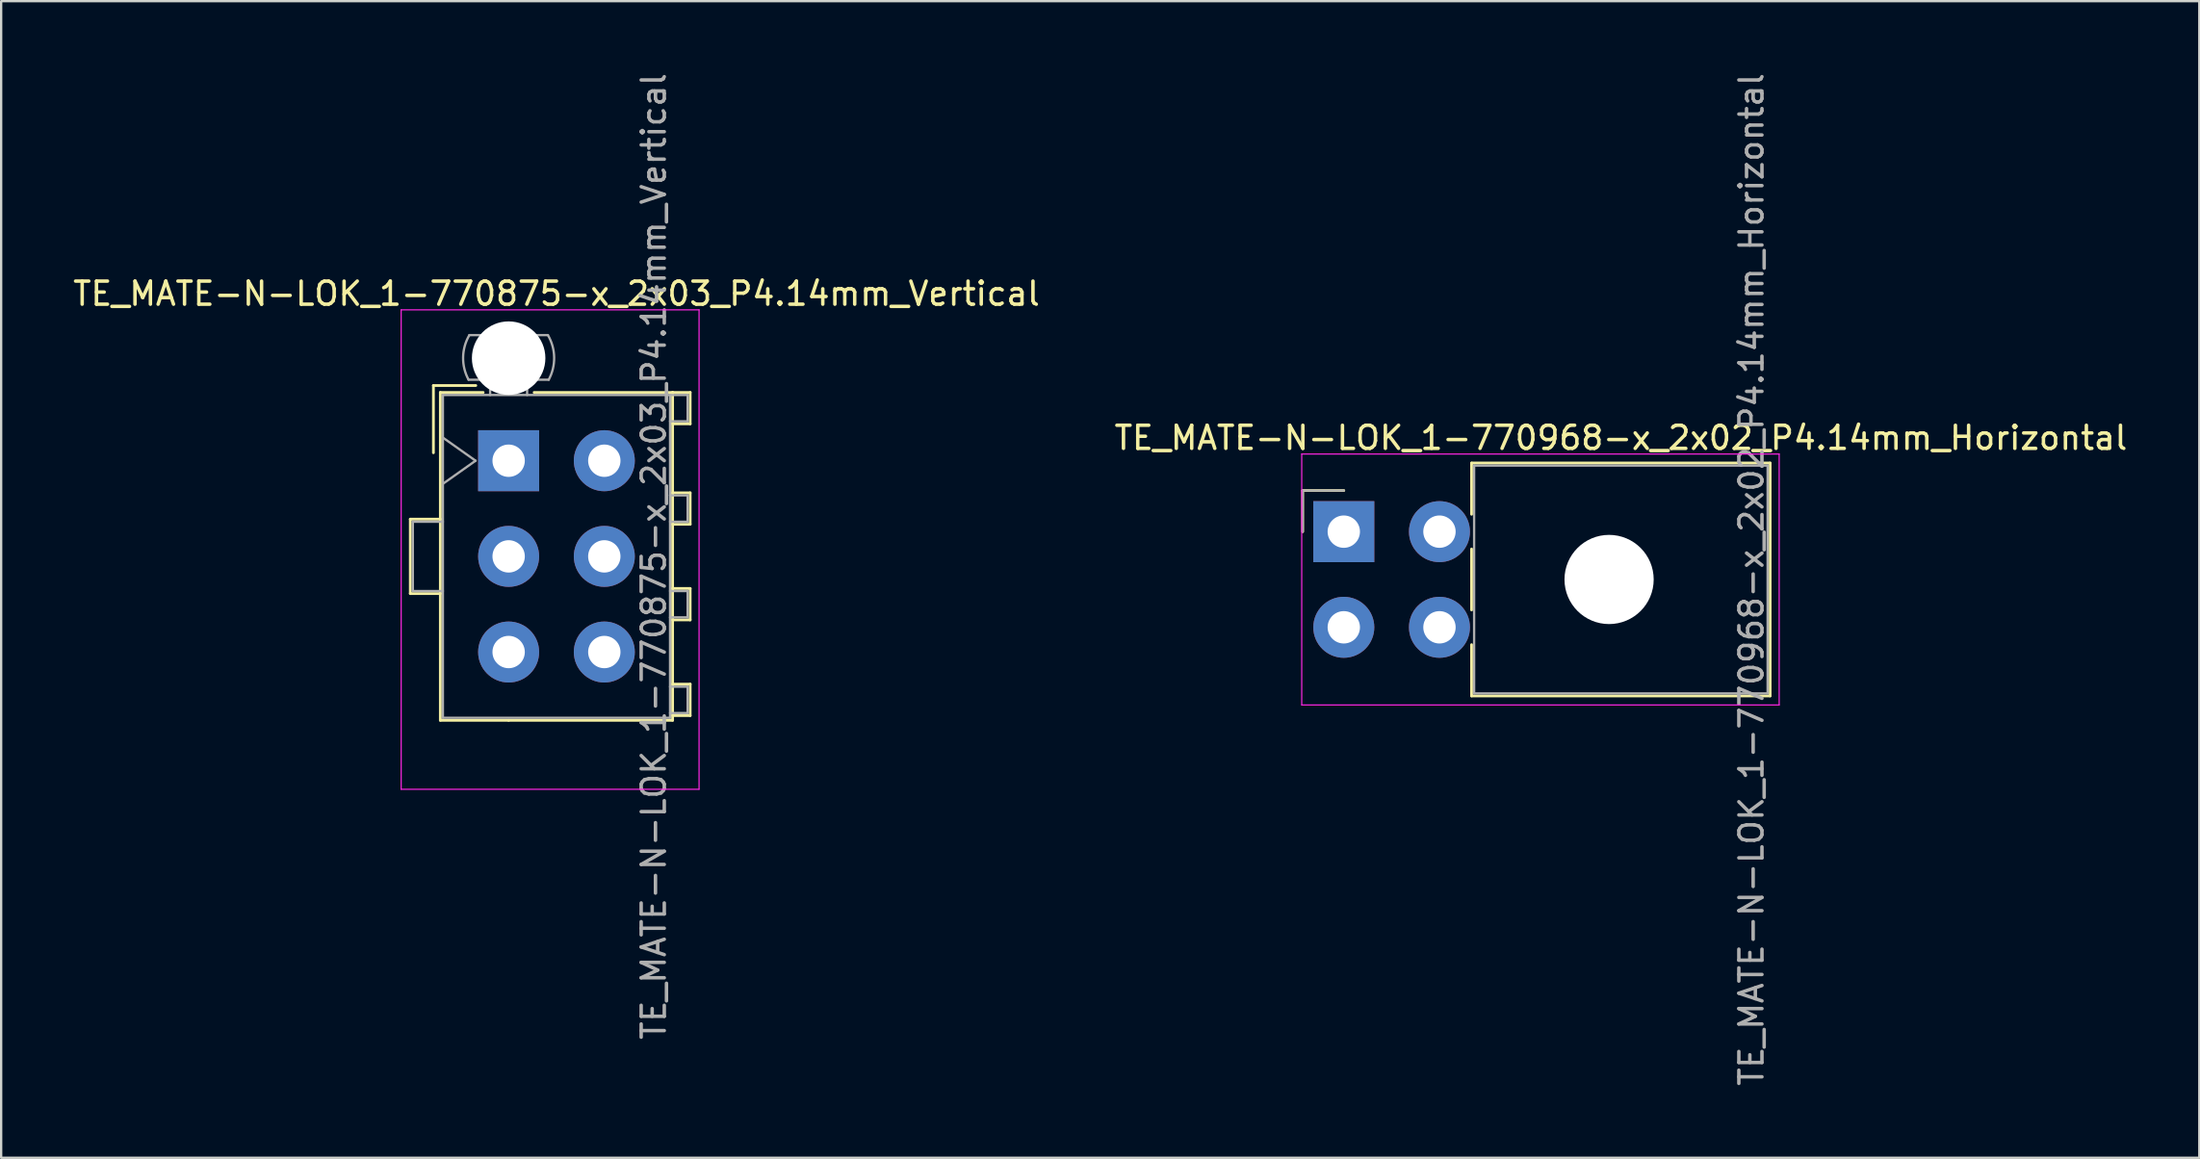
<source format=kicad_pcb>
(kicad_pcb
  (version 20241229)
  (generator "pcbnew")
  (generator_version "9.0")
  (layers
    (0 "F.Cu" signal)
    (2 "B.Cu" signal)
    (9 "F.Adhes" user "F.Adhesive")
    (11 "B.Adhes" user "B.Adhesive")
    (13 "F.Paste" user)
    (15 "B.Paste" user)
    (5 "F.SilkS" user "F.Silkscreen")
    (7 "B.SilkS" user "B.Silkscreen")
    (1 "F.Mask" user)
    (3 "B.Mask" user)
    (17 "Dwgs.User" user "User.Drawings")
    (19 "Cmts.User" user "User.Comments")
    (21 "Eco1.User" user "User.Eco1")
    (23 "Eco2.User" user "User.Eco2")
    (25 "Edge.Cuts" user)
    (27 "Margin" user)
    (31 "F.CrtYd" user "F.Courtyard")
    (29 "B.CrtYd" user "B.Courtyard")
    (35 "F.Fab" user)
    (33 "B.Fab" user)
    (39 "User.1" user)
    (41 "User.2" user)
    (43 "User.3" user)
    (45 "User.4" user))
  (footprint "TE_MATE-N-LOK_1-770875-x_2x03_P4.14mm_Vertical"
    (layer "F.Cu")
    (at 18.96 16.89)
    (property "Reference" "TE_MATE-N-LOK_1-770875-x_2x03_P4.14mm_Vertical" (at 2.07 -7.23 0) (layer "F.SilkS") (effects (font (size 1 1) (thickness 0.15))))
    (attr through_hole)
    (fp_line (start -4.255 2.53) (end -4.255 5.75) (stroke (width 0.12) (type solid)) (layer "F.SilkS"))
    (fp_line (start -4.255 5.75) (end -2.955 5.75) (stroke (width 0.12) (type solid)) (layer "F.SilkS"))
    (fp_line (start -3.255 -3.255) (end -3.255 -0.345) (stroke (width 0.12) (type solid)) (layer "F.SilkS"))
    (fp_line (start -2.955 -2.955) (end -2.955 11.235) (stroke (width 0.12) (type solid)) (layer "F.SilkS"))
    (fp_line (start -2.955 2.53) (end -4.255 2.53) (stroke (width 0.12) (type solid)) (layer "F.SilkS"))
    (fp_line (start -2.955 11.235) (end 0 11.235) (stroke (width 0.12) (type solid)) (layer "F.SilkS"))
    (fp_line (start -1.421 -3.255) (end -3.255 -3.255) (stroke (width 0.12) (type solid)) (layer "F.SilkS"))
    (fp_line (start -1.103 -2.955) (end -2.955 -2.955) (stroke (width 0.12) (type solid)) (layer "F.SilkS"))
    (fp_line (start 1.103 -2.955) (end 7.095 -2.955) (stroke (width 0.12) (type solid)) (layer "F.SilkS"))
    (fp_line (start 7.095 -2.955) (end 7.095 11.235) (stroke (width 0.12) (type solid)) (layer "F.SilkS"))
    (fp_line (start 7.095 -2.955) (end 7.855 -2.955) (stroke (width 0.12) (type solid)) (layer "F.SilkS"))
    (fp_line (start 7.095 1.39) (end 7.855 1.39) (stroke (width 0.12) (type solid)) (layer "F.SilkS"))
    (fp_line (start 7.095 5.53) (end 7.855 5.53) (stroke (width 0.12) (type solid)) (layer "F.SilkS"))
    (fp_line (start 7.095 9.67) (end 7.855 9.67) (stroke (width 0.12) (type solid)) (layer "F.SilkS"))
    (fp_line (start 7.095 11.235) (end 0 11.235) (stroke (width 0.12) (type solid)) (layer "F.SilkS"))
    (fp_line (start 7.855 -2.955) (end 7.855 -1.595) (stroke (width 0.12) (type solid)) (layer "F.SilkS"))
    (fp_line (start 7.855 -1.595) (end 7.095 -1.595) (stroke (width 0.12) (type solid)) (layer "F.SilkS"))
    (fp_line (start 7.855 1.39) (end 7.855 2.75) (stroke (width 0.12) (type solid)) (layer "F.SilkS"))
    (fp_line (start 7.855 2.75) (end 7.095 2.75) (stroke (width 0.12) (type solid)) (layer "F.SilkS"))
    (fp_line (start 7.855 5.53) (end 7.855 6.89) (stroke (width 0.12) (type solid)) (layer "F.SilkS"))
    (fp_line (start 7.855 6.89) (end 7.095 6.89) (stroke (width 0.12) (type solid)) (layer "F.SilkS"))
    (fp_line (start 7.855 9.67) (end 7.855 11.03) (stroke (width 0.12) (type solid)) (layer "F.SilkS"))
    (fp_line (start 7.855 11.03) (end 7.095 11.03) (stroke (width 0.12) (type solid)) (layer "F.SilkS"))
    (fp_line (start -4.65 -6.53) (end -4.65 14.22) (stroke (width 0.05) (type solid)) (layer "F.CrtYd"))
    (fp_line (start -4.65 14.22) (end 8.24 14.22) (stroke (width 0.05) (type solid)) (layer "F.CrtYd"))
    (fp_line (start 8.24 -6.53) (end -4.65 -6.53) (stroke (width 0.05) (type solid)) (layer "F.CrtYd"))
    (fp_line (start 8.24 14.22) (end 8.24 -6.53) (stroke (width 0.05) (type solid)) (layer "F.CrtYd"))
    (fp_line (start -4.145 2.64) (end -4.145 5.64) (stroke (width 0.1) (type solid)) (layer "F.Fab"))
    (fp_line (start -4.145 5.64) (end -2.845 5.64) (stroke (width 0.1) (type solid)) (layer "F.Fab"))
    (fp_line (start -2.845 -2.845) (end -2.845 11.125) (stroke (width 0.1) (type solid)) (layer "F.Fab"))
    (fp_line (start -2.845 -1) (end -1.431 0) (stroke (width 0.1) (type solid)) (layer "F.Fab"))
    (fp_line (start -2.845 2.64) (end -4.145 2.64) (stroke (width 0.1) (type solid)) (layer "F.Fab"))
    (fp_line (start -2.845 11.125) (end 6.985 11.125) (stroke (width 0.1) (type solid)) (layer "F.Fab"))
    (fp_line (start -1.431 0) (end -2.845 1) (stroke (width 0.1) (type solid)) (layer "F.Fab"))
    (fp_line (start -0.8 -2.845) (end -0.8 -3.505) (stroke (width 0.1) (type solid)) (layer "F.Fab"))
    (fp_line (start 0.8 -2.845) (end 0.8 -3.505) (stroke (width 0.1) (type solid)) (layer "F.Fab"))
    (fp_line (start 1.7 -5.436) (end -1.7 -5.436) (stroke (width 0.1) (type solid)) (layer "F.Fab"))
    (fp_line (start 1.734 -3.505) (end -1.734 -3.505) (stroke (width 0.1) (type solid)) (layer "F.Fab"))
    (fp_line (start 6.985 -2.845) (end -2.845 -2.845) (stroke (width 0.1) (type solid)) (layer "F.Fab"))
    (fp_line (start 6.985 -2.845) (end 7.745 -2.845) (stroke (width 0.1) (type solid)) (layer "F.Fab"))
    (fp_line (start 6.985 1.5) (end 7.745 1.5) (stroke (width 0.1) (type solid)) (layer "F.Fab"))
    (fp_line (start 6.985 5.64) (end 7.745 5.64) (stroke (width 0.1) (type solid)) (layer "F.Fab"))
    (fp_line (start 6.985 9.78) (end 7.745 9.78) (stroke (width 0.1) (type solid)) (layer "F.Fab"))
    (fp_line (start 6.985 11.125) (end 6.985 -2.845) (stroke (width 0.1) (type solid)) (layer "F.Fab"))
    (fp_line (start 7.745 -2.845) (end 7.745 -1.705) (stroke (width 0.1) (type solid)) (layer "F.Fab"))
    (fp_line (start 7.745 -1.705) (end 6.985 -1.705) (stroke (width 0.1) (type solid)) (layer "F.Fab"))
    (fp_line (start 7.745 1.5) (end 7.745 2.64) (stroke (width 0.1) (type solid)) (layer "F.Fab"))
    (fp_line (start 7.745 2.64) (end 6.985 2.64) (stroke (width 0.1) (type solid)) (layer "F.Fab"))
    (fp_line (start 7.745 5.64) (end 7.745 6.78) (stroke (width 0.1) (type solid)) (layer "F.Fab"))
    (fp_line (start 7.745 6.78) (end 6.985 6.78) (stroke (width 0.1) (type solid)) (layer "F.Fab"))
    (fp_line (start 7.745 9.78) (end 7.745 10.92) (stroke (width 0.1) (type solid)) (layer "F.Fab"))
    (fp_line (start 7.745 10.92) (end 6.985 10.92) (stroke (width 0.1) (type solid)) (layer "F.Fab"))
    (fp_arc (start -1.733977 -3.505) (mid -1.96969 -4.474992) (end -1.699672 -5.436) (stroke (width 0.1) (type solid)) (layer "F.Fab"))
    (fp_arc (start 1.699672 -5.436) (mid 1.969689 -4.474992) (end 1.733977 -3.505) (stroke (width 0.1) (type solid)) (layer "F.Fab"))
    (fp_text user "${REFERENCE}" (at 6.28 4.14 90) (layer "F.Fab") (effects (font (size 1 1) (thickness 0.15))))
    (pad "" np_thru_hole circle (at 0 -4.44) (size 3.18 3.18) (drill 3.18) (layers "*.Cu" "*.Mask"))
    (pad "1" thru_hole rect (at 0 0) (size 2.64 2.64) (drill 1.4) (layers "*.Cu" "*.Mask"))
    (pad "2" thru_hole circle (at 0 4.14) (size 2.64 2.64) (drill 1.4) (layers "*.Cu" "*.Mask"))
    (pad "3" thru_hole circle (at 0 8.28) (size 2.64 2.64) (drill 1.4) (layers "*.Cu" "*.Mask"))
    (pad "4" thru_hole circle (at 4.14 0) (size 2.64 2.64) (drill 1.4) (layers "*.Cu" "*.Mask"))
    (pad "5" thru_hole circle (at 4.14 4.14) (size 2.64 2.64) (drill 1.4) (layers "*.Cu" "*.Mask"))
    (pad "6" thru_hole circle (at 4.14 8.28) (size 2.64 2.64) (drill 1.4) (layers "*.Cu" "*.Mask")))
  (footprint "TE_MATE-N-LOK_1-770968-x_2x02_P4.14mm_Horizontal"
    (layer "F.Cu")
    (at 55.099 19.96)
    (property "Reference" "TE_MATE-N-LOK_1-770968-x_2x02_P4.14mm_Horizontal" (at 11.99 -4.06 0) (layer "F.SilkS") (effects (font (size 1 1) (thickness 0.15))))
    (attr through_hole)
    (fp_line (start -1.78 -1.78) (end -1.78 0) (stroke (width 0.12) (type solid)) (layer "F.SilkS"))
    (fp_line (start 0 -1.78) (end -1.78 -1.78) (stroke (width 0.12) (type solid)) (layer "F.SilkS"))
    (fp_line (start 5.53 -2.97) (end 18.45 -2.97) (stroke (width 0.12) (type solid)) (layer "F.SilkS"))
    (fp_line (start 5.53 -0.751) (end 5.53 -2.97) (stroke (width 0.12) (type solid)) (layer "F.SilkS"))
    (fp_line (start 5.53 0.751) (end 5.53 3.389) (stroke (width 0.12) (type solid)) (layer "F.SilkS"))
    (fp_line (start 5.53 7.11) (end 5.53 4.891) (stroke (width 0.12) (type solid)) (layer "F.SilkS"))
    (fp_line (start 18.45 -2.97) (end 18.45 7.11) (stroke (width 0.12) (type solid)) (layer "F.SilkS"))
    (fp_line (start 18.45 7.11) (end 5.53 7.11) (stroke (width 0.12) (type solid)) (layer "F.SilkS"))
    (fp_line (start -1.82 -3.36) (end -1.82 7.5) (stroke (width 0.05) (type solid)) (layer "F.CrtYd"))
    (fp_line (start -1.82 7.5) (end 18.84 7.5) (stroke (width 0.05) (type solid)) (layer "F.CrtYd"))
    (fp_line (start 18.84 -3.36) (end -1.82 -3.36) (stroke (width 0.05) (type solid)) (layer "F.CrtYd"))
    (fp_line (start 18.84 7.5) (end 18.84 -3.36) (stroke (width 0.05) (type solid)) (layer "F.CrtYd"))
    (fp_line (start -1.78 -1.78) (end -1.78 0) (stroke (width 0.1) (type solid)) (layer "F.Fab"))
    (fp_line (start 0 -1.78) (end -1.78 -1.78) (stroke (width 0.1) (type solid)) (layer "F.Fab"))
    (fp_line (start 5.64 -2.86) (end 5.64 7) (stroke (width 0.1) (type solid)) (layer "F.Fab"))
    (fp_line (start 5.64 7) (end 18.34 7) (stroke (width 0.1) (type solid)) (layer "F.Fab"))
    (fp_line (start 18.34 -2.86) (end 5.64 -2.86) (stroke (width 0.1) (type solid)) (layer "F.Fab"))
    (fp_line (start 18.34 7) (end 18.34 -2.86) (stroke (width 0.1) (type solid)) (layer "F.Fab"))
    (fp_text user "${REFERENCE}" (at 17.64 2.07 90) (layer "F.Fab") (effects (font (size 1 1) (thickness 0.15))))
    (pad "" np_thru_hole circle (at 11.48 2.07) (size 3.86 3.86) (drill 3.86) (layers "*.Cu" "*.Mask"))
    (pad "1" thru_hole rect (at 0 0) (size 2.64 2.64) (drill 1.4) (layers "*.Cu" "*.Mask"))
    (pad "2" thru_hole circle (at 0 4.14) (size 2.64 2.64) (drill 1.4) (layers "*.Cu" "*.Mask"))
    (pad "3" thru_hole circle (at 4.14 0) (size 2.64 2.64) (drill 1.4) (layers "*.Cu" "*.Mask"))
    (pad "4" thru_hole circle (at 4.14 4.14) (size 2.64 2.64) (drill 1.4) (layers "*.Cu" "*.Mask")))
  (gr_rect
    (start -3 -3)
    (end 92.119 47.06)
    (stroke (width 0.1) (type default))
    (fill no)
    (layer "Edge.Cuts")))
</source>
